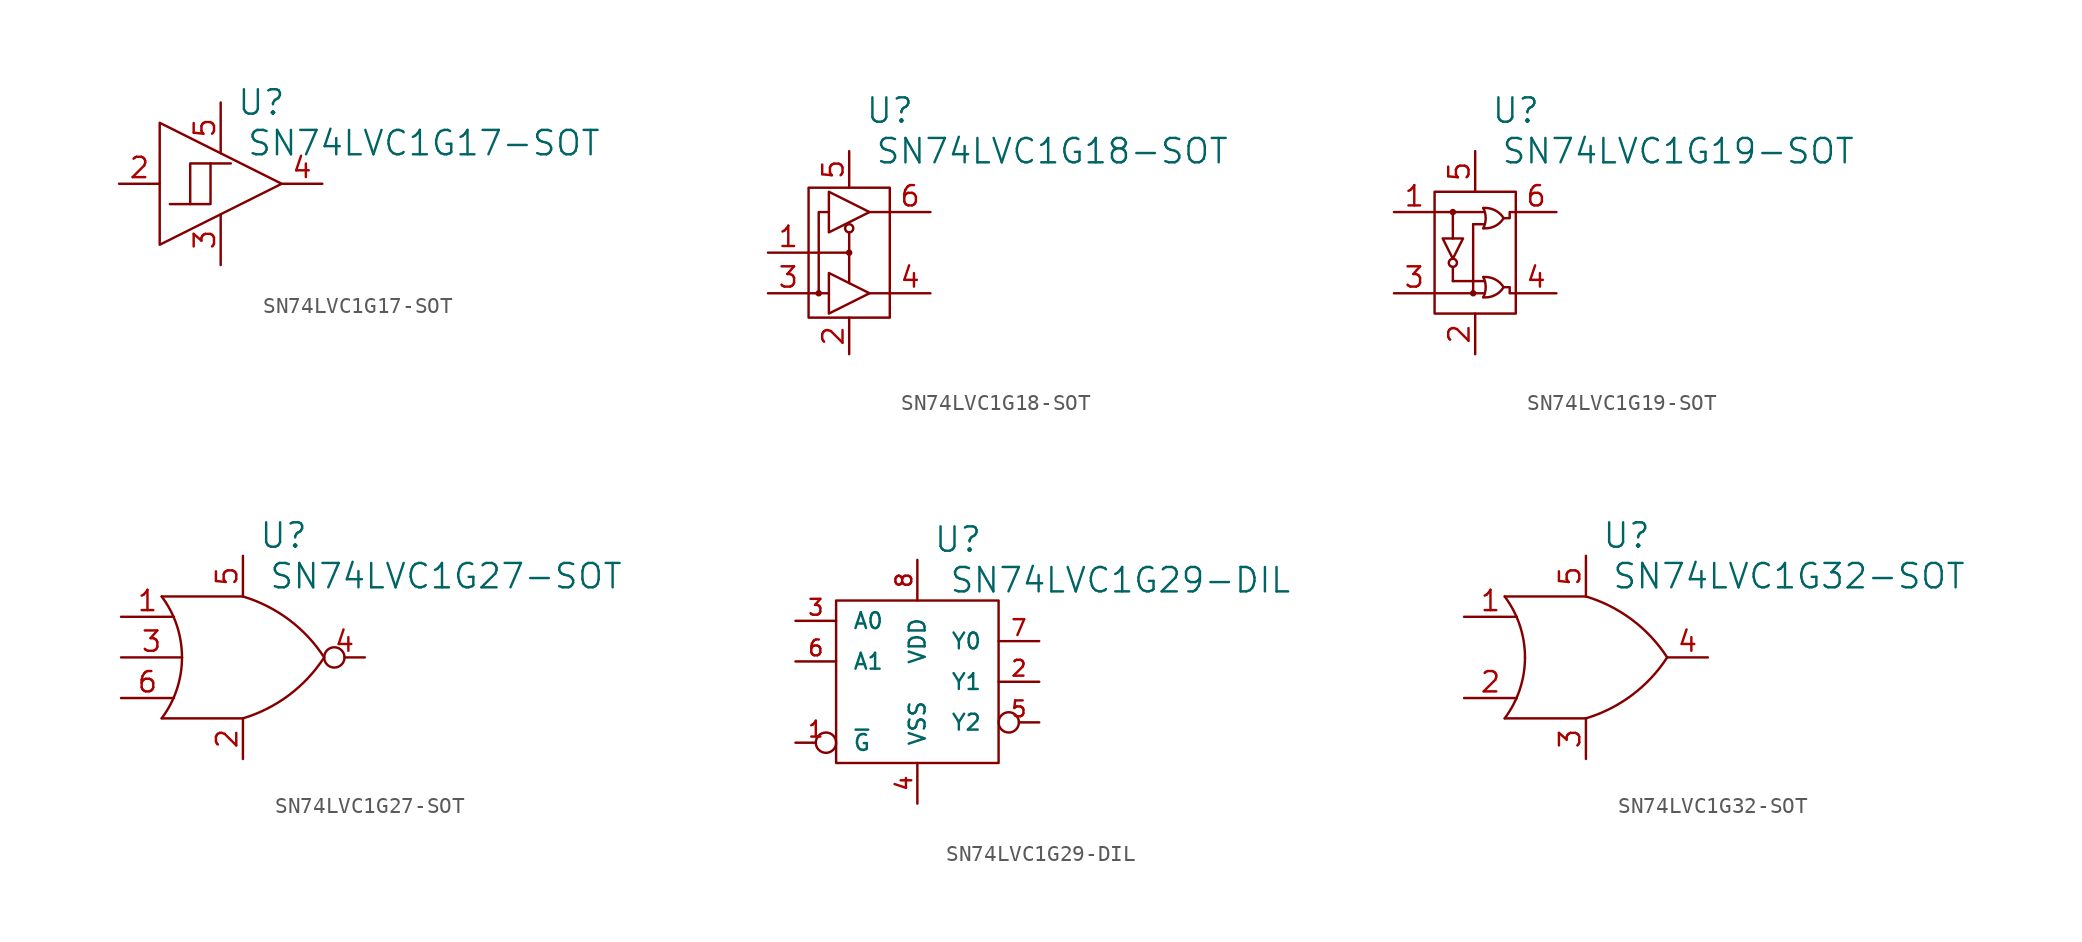
<source format=kicad_sym>
(kicad_symbol_lib
  (version 20220914)
  (generator kicad_symbol_editor)
  (symbol "SN74LVC1G17-SOT"
    (pin_names
      (offset 1.016) hide)
    (property "Reference" "U"
      (at 2.54 5.08 0)
      (effects (font (size 1.524 1.524))))
    (property "Value" "SN74LVC1G17-SOT"
      (at 12.7 2.54 0)
      (effects (font (size 1.524 1.524))))
    (property "Footprint" ""
      (at 0 0 0)
      (effects (font (size 1.524 1.524))))
    (property "Datasheet" ""
      (at 0 0 0)
      (effects (font (size 1.524 1.524))))
    (symbol "SN74LVC1G17-SOT_0_1"
      (polyline (pts (xy -0.635 1.27) (xy -1.905 1.27) (xy -1.905 -1.27) (xy -1.905 -1.27)) (stroke (width 0) (type solid)) (fill (type none)))
      (polyline (pts (xy -3.81 3.81) (xy -3.81 -3.81) (xy 3.81 0) (xy -3.81 3.81) (xy -3.81 3.81)) (stroke (width 0) (type solid)) (fill (type none)))
      (polyline (pts (xy -3.175 -1.27) (xy -0.635 -1.27) (xy -0.635 1.27) (xy 0.635 1.27) (xy 0.635 1.27)) (stroke (width 0) (type solid)) (fill (type none))))
    (symbol "SN74LVC1G17-SOT_1_1"
      (pin passive line (at -6.35 0 0) (length 2.54) (name "A" (effects (font (size 1.27 1.27)))) (number "2" (effects (font (size 1.27 1.27)))))
      (pin passive line (at 0 -5.08 90) (length 3.175) (name "VSS" (effects (font (size 1.27 1.27)))) (number "3" (effects (font (size 1.27 1.27)))))
      (pin passive line (at 6.35 0 180) (length 2.54) (name "Y" (effects (font (size 1.27 1.27)))) (number "4" (effects (font (size 1.27 1.27)))))
      (pin passive line (at 0 5.08 270) (length 3.175) (name "VDD" (effects (font (size 1.27 1.27)))) (number "5" (effects (font (size 1.27 1.27)))))))
  (symbol "SN74LVC1G18-SOT"
    (pin_names
      (offset 1.016) hide)
    (property "Reference" "U"
      (at 2.54 8.89 0)
      (effects (font (size 1.524 1.524))))
    (property "Value" "SN74LVC1G18-SOT"
      (at 12.7 6.35 0)
      (effects (font (size 1.524 1.524))))
    (property "Footprint" ""
      (at 0 0 0)
      (effects (font (size 1.524 1.524))))
    (property "Datasheet" ""
      (at 0 0 0)
      (effects (font (size 1.524 1.524))))
    (symbol "SN74LVC1G18-SOT_0_1"
      (rectangle (start -2.54 -4.064) (end 2.54 4.064) (stroke (width 0) (type solid)) (fill (type none)))
      (circle (center -1.905 -2.54) (radius 0.127) (stroke (width 0) (type solid)) (fill (type none)))
      (polyline (pts (xy -2.54 -2.54) (xy -1.27 -2.54)) (stroke (width 0) (type solid)) (fill (type none)))
      (polyline (pts (xy 0 -1.905) (xy 0 1.27)) (stroke (width 0) (type solid)) (fill (type none)))
      (polyline (pts (xy 0 0) (xy -2.54 0)) (stroke (width 0) (type solid)) (fill (type none)))
      (polyline (pts (xy 2.54 -2.54) (xy 1.27 -2.54)) (stroke (width 0) (type solid)) (fill (type none)))
      (polyline (pts (xy 2.54 2.54) (xy 1.27 2.54)) (stroke (width 0) (type solid)) (fill (type none)))
      (polyline (pts (xy -1.905 -2.54) (xy -1.905 2.54) (xy -1.27 2.54)) (stroke (width 0) (type solid)) (fill (type none)))
      (polyline (pts (xy -1.27 -1.27) (xy 1.27 -2.54) (xy -1.27 -3.81) (xy -1.27 -1.27)) (stroke (width 0) (type solid)) (fill (type none)))
      (polyline (pts (xy -1.27 3.81) (xy 1.27 2.54) (xy -1.27 1.27) (xy -1.27 3.81)) (stroke (width 0) (type solid)) (fill (type none)))
      (circle (center 0 0) (radius 0.127) (stroke (width 0) (type solid)) (fill (type none)))
      (circle (center 0 1.524) (radius 0.254) (stroke (width 0) (type solid)) (fill (type none))))
    (symbol "SN74LVC1G18-SOT_1_1"
      (pin passive line (at -5.08 0 0) (length 2.54) (name "S" (effects (font (size 1.27 1.27)))) (number "1" (effects (font (size 1.27 1.27)))))
      (pin passive line (at 0 -6.35 90) (length 2.286) (name "VSS" (effects (font (size 1.27 1.27)))) (number "2" (effects (font (size 1.27 1.27)))))
      (pin passive line (at -5.08 -2.54 0) (length 2.54) (name "A" (effects (font (size 1.27 1.27)))) (number "3" (effects (font (size 1.27 1.27)))))
      (pin passive line (at 5.08 -2.54 180) (length 2.54) (name "Y1" (effects (font (size 1.27 1.27)))) (number "4" (effects (font (size 1.27 1.27)))))
      (pin passive line (at 0 6.35 270) (length 2.286) (name "VDD" (effects (font (size 1.27 1.27)))) (number "5" (effects (font (size 1.27 1.27)))))
      (pin passive line (at 5.08 2.54 180) (length 2.54) (name "Y0" (effects (font (size 1.27 1.27)))) (number "6" (effects (font (size 1.27 1.27)))))))
  (symbol "SN74LVC1G19-SOT"
    (pin_names
      (offset 1.016) hide)
    (property "Reference" "U"
      (at 2.54 8.89 0)
      (effects (font (size 1.524 1.524))))
    (property "Value" "SN74LVC1G19-SOT"
      (at 12.7 6.35 0)
      (effects (font (size 1.524 1.524))))
    (property "Footprint" ""
      (at 0 0.508 0)
      (effects (font (size 1.524 1.524))))
    (property "Datasheet" ""
      (at 0 0 0)
      (effects (font (size 1.524 1.524))))
    (symbol "SN74LVC1G19-SOT_0_1"
      (rectangle (start -2.54 -3.81) (end 2.54 3.81) (stroke (width 0) (type solid)) (fill (type none)))
      (circle (center -1.397 -0.635) (radius 0.254) (stroke (width 0) (type solid)) (fill (type none)))
      (circle (center -1.397 2.54) (radius 0.127) (stroke (width 0) (type solid)) (fill (type none)))
      (circle (center -0.127 -2.54) (radius 0.127) (stroke (width 0) (type solid)) (fill (type none)))
      (polyline (pts (xy -1.397 -1.778) (xy -1.397 -0.889)) (stroke (width 0) (type solid)) (fill (type none)))
      (polyline (pts (xy -1.397 0.889) (xy -1.397 2.54)) (stroke (width 0) (type solid)) (fill (type none)))
      (polyline (pts (xy 0.508 -2.54) (xy -0.127 -2.54)) (stroke (width 0) (type solid)) (fill (type none)))
      (polyline (pts (xy 0.508 -1.778) (xy -1.397 -1.778)) (stroke (width 0) (type solid)) (fill (type none)))
      (polyline (pts (xy 0.508 1.778) (xy -0.127 1.778)) (stroke (width 0) (type solid)) (fill (type none)))
      (polyline (pts (xy 0.508 2.54) (xy -2.54 2.54)) (stroke (width 0) (type solid)) (fill (type none)))
      (polyline (pts (xy -0.127 1.778) (xy -0.127 -2.54) (xy -2.54 -2.54)) (stroke (width 0) (type solid)) (fill (type none)))
      (polyline (pts (xy -2.032 0.889) (xy -0.762 0.889) (xy -1.397 -0.381) (xy -2.032 0.889)) (stroke (width 0) (type solid)) (fill (type none)))
      (polyline (pts (xy 1.778 -2.159) (xy 2.159 -2.159) (xy 2.159 -2.54) (xy 2.54 -2.54)) (stroke (width 0) (type solid)) (fill (type none)))
      (polyline (pts (xy 1.778 2.159) (xy 2.159 2.159) (xy 2.159 2.54) (xy 2.54 2.54)) (stroke (width 0) (type solid)) (fill (type none)))
      (arc (start 0.508 -2.794) (mid 0.6579 -2.159) (end 0.508 -1.524) (stroke (width 0) (type solid)) (fill (type none)))
      (arc (start 0.508 -2.794) (mid 1.2354 -2.6594) (end 1.778 -2.159) (stroke (width 0) (type solid)) (fill (type none)))
      (arc (start 0.508 1.524) (mid 0.6579 2.159) (end 0.508 2.794) (stroke (width 0) (type solid)) (fill (type none)))
      (arc (start 0.508 1.524) (mid 1.2354 1.6586) (end 1.778 2.159) (stroke (width 0) (type solid)) (fill (type none)))
      (arc (start 1.778 -2.159) (mid 1.2327 -1.664) (end 0.508 -1.524) (stroke (width 0) (type solid)) (fill (type none)))
      (arc (start 1.778 2.159) (mid 1.2327 2.654) (end 0.508 2.794) (stroke (width 0) (type solid)) (fill (type none))))
    (symbol "SN74LVC1G19-SOT_1_1"
      (pin passive line (at -5.08 2.54 0) (length 2.54) (name "A" (effects (font (size 1.27 1.27)))) (number "1" (effects (font (size 1.27 1.27)))))
      (pin passive line (at 0 -6.35 90) (length 2.54) (name "VSS" (effects (font (size 1.27 1.27)))) (number "2" (effects (font (size 1.27 1.27)))))
      (pin passive line (at -5.08 -2.54 0) (length 2.54) (name "~{E}" (effects (font (size 1.27 1.27)))) (number "3" (effects (font (size 1.27 1.27)))))
      (pin passive line (at 5.08 -2.54 180) (length 2.54) (name "Y1" (effects (font (size 1.27 1.27)))) (number "4" (effects (font (size 1.27 1.27)))))
      (pin passive line (at 0 6.35 270) (length 2.54) (name "VDD" (effects (font (size 1.27 1.27)))) (number "5" (effects (font (size 1.27 1.27)))))
      (pin passive line (at 5.08 2.54 180) (length 2.54) (name "Y0" (effects (font (size 1.27 1.27)))) (number "6" (effects (font (size 1.27 1.27)))))))
  (symbol "SN74LVC1G27-SOT"
    (pin_names
      (offset 1.016) hide)
    (property "Reference" "U"
      (at 2.54 7.62 0)
      (effects (font (size 1.524 1.524))))
    (property "Value" "SN74LVC1G27-SOT"
      (at 12.7 5.08 0)
      (effects (font (size 1.524 1.524))))
    (property "Footprint" ""
      (at 0 0 0)
      (effects (font (size 1.524 1.524))))
    (property "Datasheet" ""
      (at 0 0 0)
      (effects (font (size 1.524 1.524))))
    (symbol "SN74LVC1G27-SOT_0_1"
      (arc (start -5.08 -3.81) (mid -4.1359 -2.008) (end -3.81 0) (stroke (width 0) (type solid)) (fill (type none)))
      (arc (start -3.81 0) (mid -4.1359 2.008) (end -5.08 3.81) (stroke (width 0) (type solid)) (fill (type none)))
      (arc (start 0 -3.81) (mid 2.8791 -2.3571) (end 5.08 0) (stroke (width 0) (type solid)) (fill (type none)))
      (polyline (pts (xy -5.08 -3.81) (xy 0 -3.81) (xy 0 -3.81)) (stroke (width 0) (type solid)) (fill (type none)))
      (polyline (pts (xy 0 3.81) (xy -5.08 3.81) (xy -5.08 3.81)) (stroke (width 0) (type solid)) (fill (type none)))
      (arc (start 5.08 0) (mid 2.8791 2.3571) (end 0 3.81) (stroke (width 0) (type solid)) (fill (type none))))
    (symbol "SN74LVC1G27-SOT_1_1"
      (pin passive line (at -7.62 2.54 0) (length 3.302) (name "A" (effects (font (size 1.27 1.27)))) (number "1" (effects (font (size 1.27 1.27)))))
      (pin passive line (at 0 -6.35 90) (length 2.54) (name "VSS" (effects (font (size 1.27 1.27)))) (number "2" (effects (font (size 1.27 1.27)))))
      (pin passive line (at -7.62 0 0) (length 3.81) (name "B" (effects (font (size 1.27 1.27)))) (number "3" (effects (font (size 1.27 1.27)))))
      (pin passive inverted (at 7.62 0 180) (length 2.54) (name "Y" (effects (font (size 1.27 1.27)))) (number "4" (effects (font (size 1.27 1.27)))))
      (pin passive line (at 0 6.35 270) (length 2.54) (name "VDD" (effects (font (size 1.27 1.27)))) (number "5" (effects (font (size 1.27 1.27)))))
      (pin passive line (at -7.62 -2.54 0) (length 3.302) (name "C" (effects (font (size 1.27 1.27)))) (number "6" (effects (font (size 1.27 1.27)))))))
  (symbol "SN74LVC1G29-DIL"
    (pin_names
      (offset 1.016))
    (property "Reference" "U"
      (at 2.54 8.89 0)
      (effects (font (size 1.524 1.524))))
    (property "Value" "SN74LVC1G29-DIL"
      (at 12.7 6.35 0)
      (effects (font (size 1.524 1.524))))
    (property "Footprint" ""
      (at 0 0 0)
      (effects (font (size 1.524 1.524))))
    (property "Datasheet" ""
      (at 0 0 0)
      (effects (font (size 1.524 1.524))))
    (symbol "SN74LVC1G29-DIL_0_1"
      (rectangle (start -5.08 5.08) (end 5.08 -5.08) (stroke (width 0) (type solid)) (fill (type none))))
    (symbol "SN74LVC1G29-DIL_1_1"
      (pin passive inverted (at -7.62 -3.81 0) (length 2.54) (name "~{G}" (effects (font (size 0.991 0.991)))) (number "1" (effects (font (size 0.991 0.991)))))
      (pin passive line (at 7.62 0 180) (length 2.54) (name "Y1" (effects (font (size 0.991 0.991)))) (number "2" (effects (font (size 0.991 0.991)))))
      (pin passive line (at -7.62 3.81 0) (length 2.54) (name "A0" (effects (font (size 0.991 0.991)))) (number "3" (effects (font (size 0.991 0.991)))))
      (pin passive line (at 0 -7.62 90) (length 2.54) (name "VSS" (effects (font (size 0.991 0.991)))) (number "4" (effects (font (size 0.991 0.991)))))
      (pin passive inverted (at 7.62 -2.54 180) (length 2.54) (name "Y2" (effects (font (size 0.991 0.991)))) (number "5" (effects (font (size 0.991 0.991)))))
      (pin passive line (at -7.62 1.27 0) (length 2.54) (name "A1" (effects (font (size 0.991 0.991)))) (number "6" (effects (font (size 0.991 0.991)))))
      (pin passive line (at 7.62 2.54 180) (length 2.54) (name "Y0" (effects (font (size 0.991 0.991)))) (number "7" (effects (font (size 0.991 0.991)))))
      (pin passive line (at 0 7.62 270) (length 2.54) (name "VDD" (effects (font (size 0.991 0.991)))) (number "8" (effects (font (size 0.991 0.991)))))))
  (symbol "SN74LVC1G32-SOT"
    (pin_names
      (offset 1.016) hide)
    (property "Reference" "U"
      (at 2.54 7.62 0)
      (effects (font (size 1.524 1.524))))
    (property "Value" "SN74LVC1G32-SOT"
      (at 12.7 5.08 0)
      (effects (font (size 1.524 1.524))))
    (property "Footprint" ""
      (at 0 0 0)
      (effects (font (size 1.524 1.524))))
    (property "Datasheet" ""
      (at 0 0 0)
      (effects (font (size 1.524 1.524))))
    (symbol "SN74LVC1G32-SOT_0_1"
      (arc (start -5.08 -3.81) (mid -4.1359 -2.008) (end -3.81 0) (stroke (width 0) (type solid)) (fill (type none)))
      (arc (start -3.81 0) (mid -4.1359 2.008) (end -5.08 3.81) (stroke (width 0) (type solid)) (fill (type none)))
      (arc (start 0 -3.81) (mid 2.8791 -2.3571) (end 5.08 0) (stroke (width 0) (type solid)) (fill (type none)))
      (polyline (pts (xy -5.08 -3.81) (xy 0 -3.81) (xy 0 -3.81)) (stroke (width 0) (type solid)) (fill (type none)))
      (polyline (pts (xy 0 3.81) (xy -5.08 3.81) (xy -5.08 3.81)) (stroke (width 0) (type solid)) (fill (type none)))
      (arc (start 5.08 0) (mid 2.8791 2.3571) (end 0 3.81) (stroke (width 0) (type solid)) (fill (type none))))
    (symbol "SN74LVC1G32-SOT_1_1"
      (pin passive line (at -7.62 2.54 0) (length 3.302) (name "A" (effects (font (size 1.27 1.27)))) (number "1" (effects (font (size 1.27 1.27)))))
      (pin passive line (at -7.62 -2.54 0) (length 3.302) (name "B" (effects (font (size 1.27 1.27)))) (number "2" (effects (font (size 1.27 1.27)))))
      (pin passive line (at 0 -6.35 90) (length 2.54) (name "VSS" (effects (font (size 1.27 1.27)))) (number "3" (effects (font (size 1.27 1.27)))))
      (pin passive line (at 7.62 0 180) (length 2.54) (name "Y" (effects (font (size 1.27 1.27)))) (number "4" (effects (font (size 1.27 1.27)))))
      (pin passive line (at 0 6.35 270) (length 2.54) (name "VDD" (effects (font (size 1.27 1.27)))) (number "5" (effects (font (size 1.27 1.27))))))))
</source>
